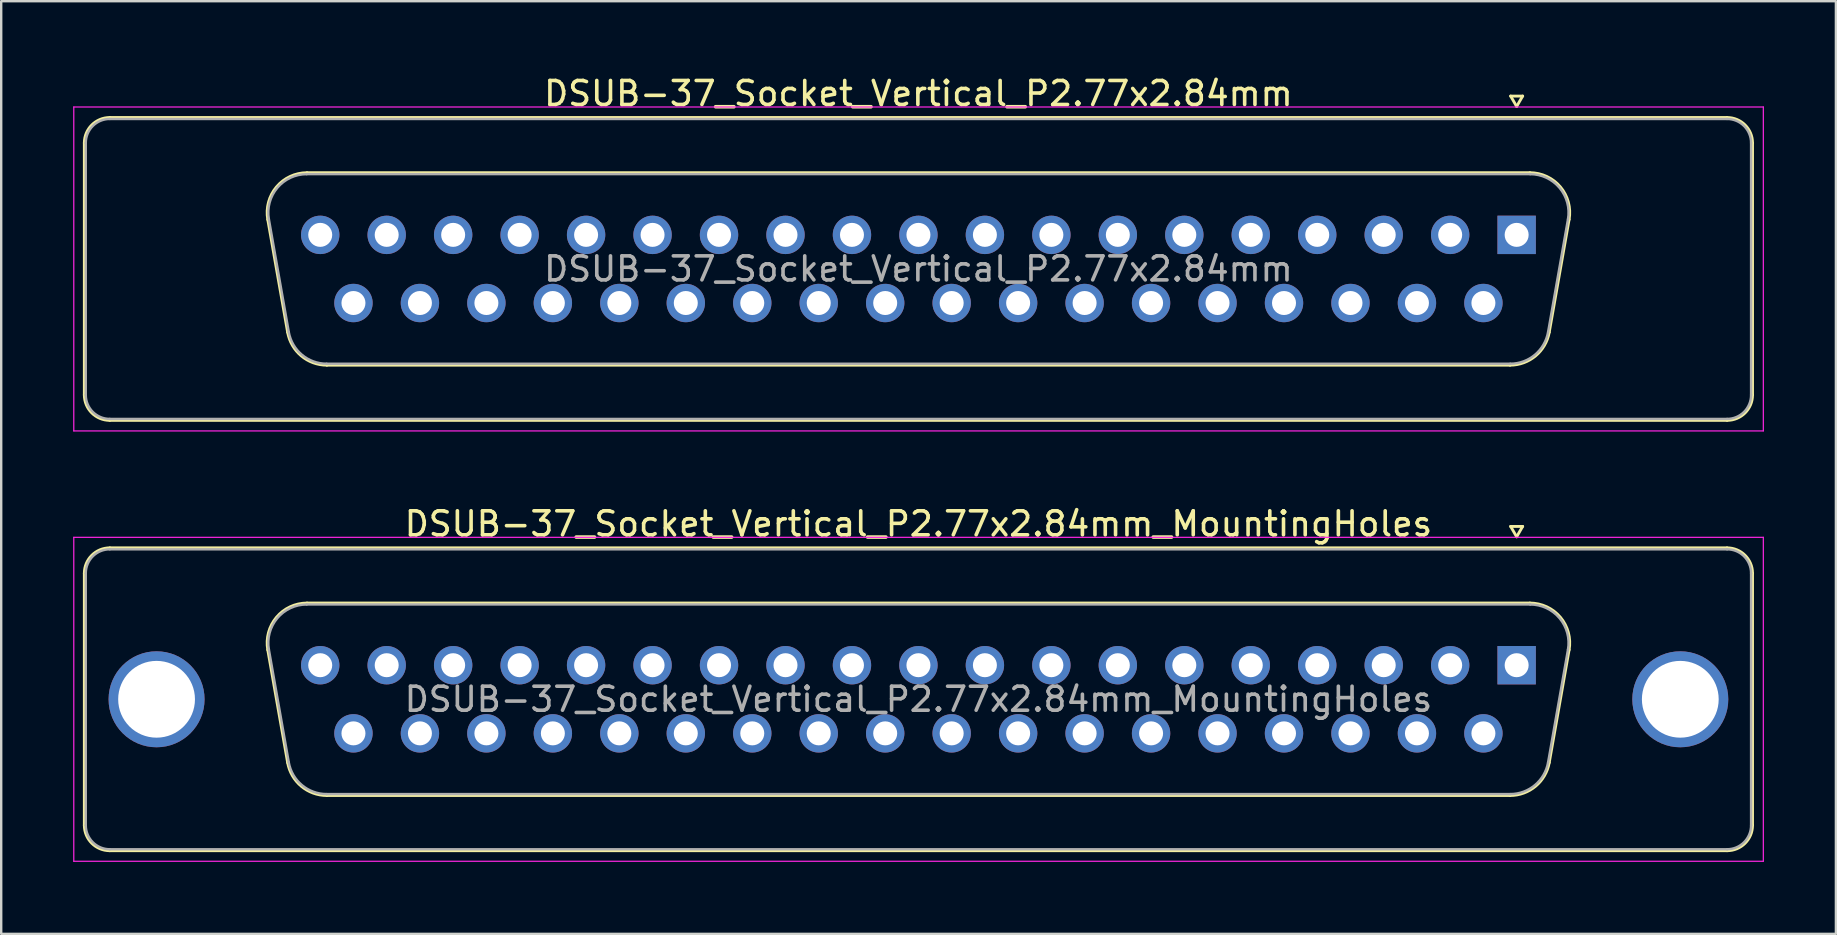
<source format=kicad_pcb>
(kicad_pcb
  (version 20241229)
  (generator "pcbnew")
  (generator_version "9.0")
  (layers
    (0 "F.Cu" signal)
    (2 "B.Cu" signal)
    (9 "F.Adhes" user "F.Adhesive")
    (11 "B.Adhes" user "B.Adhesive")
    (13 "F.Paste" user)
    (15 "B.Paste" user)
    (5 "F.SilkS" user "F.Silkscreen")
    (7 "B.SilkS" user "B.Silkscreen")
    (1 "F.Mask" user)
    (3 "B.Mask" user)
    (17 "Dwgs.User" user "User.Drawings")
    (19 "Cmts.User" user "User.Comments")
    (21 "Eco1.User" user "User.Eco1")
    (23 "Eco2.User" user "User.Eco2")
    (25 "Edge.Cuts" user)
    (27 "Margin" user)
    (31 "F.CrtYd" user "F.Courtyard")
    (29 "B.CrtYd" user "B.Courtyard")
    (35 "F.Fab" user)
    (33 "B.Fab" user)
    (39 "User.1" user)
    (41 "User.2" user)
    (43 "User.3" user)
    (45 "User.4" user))
  (footprint "DSUB-37_Socket_Vertical_P2.77x2.84mm"
    (layer "F.Cu")
    (at 60.155 6.738)
    (property "Reference" "DSUB-37_Socket_Vertical_P2.77x2.84mm" (at -24.93 -5.89 0) (layer "F.SilkS") (effects (font (size 1 1) (thickness 0.15))))
    (attr through_hole)
    (fp_line (start -59.69 6.67) (end -59.69 -3.83) (stroke (width 0.12) (type solid)) (layer "F.SilkS"))
    (fp_line (start -58.63 -4.89) (end 8.77 -4.89) (stroke (width 0.12) (type solid)) (layer "F.SilkS"))
    (fp_line (start -52.046 -0.642) (end -51.218 4.058) (stroke (width 0.12) (type solid)) (layer "F.SilkS"))
    (fp_line (start -50.412 -2.59) (end 0.552 -2.59) (stroke (width 0.12) (type solid)) (layer "F.SilkS"))
    (fp_line (start -49.583 5.43) (end -0.277 5.43) (stroke (width 0.12) (type solid)) (layer "F.SilkS"))
    (fp_line (start -0.25 -5.784) (end 0.25 -5.784) (stroke (width 0.12) (type solid)) (layer "F.SilkS"))
    (fp_line (start 0 -5.351) (end -0.25 -5.784) (stroke (width 0.12) (type solid)) (layer "F.SilkS"))
    (fp_line (start 0.25 -5.784) (end 0 -5.351) (stroke (width 0.12) (type solid)) (layer "F.SilkS"))
    (fp_line (start 2.186 -0.642) (end 1.358 4.058) (stroke (width 0.12) (type solid)) (layer "F.SilkS"))
    (fp_line (start 8.77 7.73) (end -58.63 7.73) (stroke (width 0.12) (type solid)) (layer "F.SilkS"))
    (fp_line (start 9.83 -3.83) (end 9.83 6.67) (stroke (width 0.12) (type solid)) (layer "F.SilkS"))
    (fp_arc (start -59.69 -3.83) (mid -59.379533 -4.579533) (end -58.63 -4.89) (stroke (width 0.12) (type solid)) (layer "F.SilkS"))
    (fp_arc (start -58.63 7.73) (mid -59.379533 7.419533) (end -59.69 6.67) (stroke (width 0.12) (type solid)) (layer "F.SilkS"))
    (fp_arc (start -52.04647 -0.641744) (mid -51.683323 -1.997027) (end -50.411689 -2.59) (stroke (width 0.12) (type solid)) (layer "F.SilkS"))
    (fp_arc (start -49.582952 5.43) (mid -50.64998 5.041634) (end -51.217733 4.058256) (stroke (width 0.12) (type solid)) (layer "F.SilkS"))
    (fp_arc (start 0.551689 -2.59) (mid 1.823323 -1.997027) (end 2.18647 -0.641744) (stroke (width 0.12) (type solid)) (layer "F.SilkS"))
    (fp_arc (start 1.357733 4.058256) (mid 0.78998 5.041634) (end -0.277048 5.43) (stroke (width 0.12) (type solid)) (layer "F.SilkS"))
    (fp_arc (start 8.77 -4.89) (mid 9.519533 -4.579533) (end 9.83 -3.83) (stroke (width 0.12) (type solid)) (layer "F.SilkS"))
    (fp_arc (start 9.83 6.67) (mid 9.519533 7.419533) (end 8.77 7.73) (stroke (width 0.12) (type solid)) (layer "F.SilkS"))
    (fp_line (start -60.13 -5.33) (end -60.13 8.17) (stroke (width 0.05) (type solid)) (layer "F.CrtYd"))
    (fp_line (start -60.13 8.17) (end 10.28 8.17) (stroke (width 0.05) (type solid)) (layer "F.CrtYd"))
    (fp_line (start 10.28 -5.33) (end -60.13 -5.33) (stroke (width 0.05) (type solid)) (layer "F.CrtYd"))
    (fp_line (start 10.28 8.17) (end 10.28 -5.33) (stroke (width 0.05) (type solid)) (layer "F.CrtYd"))
    (fp_line (start -59.63 6.67) (end -59.63 -3.83) (stroke (width 0.1) (type solid)) (layer "F.Fab"))
    (fp_line (start -58.63 -4.83) (end 8.77 -4.83) (stroke (width 0.1) (type solid)) (layer "F.Fab"))
    (fp_line (start -51.999 -0.652) (end -51.17 4.048) (stroke (width 0.1) (type solid)) (layer "F.Fab"))
    (fp_line (start -50.423 -2.53) (end 0.563 -2.53) (stroke (width 0.1) (type solid)) (layer "F.Fab"))
    (fp_line (start -49.594 5.37) (end -0.266 5.37) (stroke (width 0.1) (type solid)) (layer "F.Fab"))
    (fp_line (start 2.139 -0.652) (end 1.31 4.048) (stroke (width 0.1) (type solid)) (layer "F.Fab"))
    (fp_line (start 8.77 7.67) (end -58.63 7.67) (stroke (width 0.1) (type solid)) (layer "F.Fab"))
    (fp_line (start 9.77 -3.83) (end 9.77 6.67) (stroke (width 0.1) (type solid)) (layer "F.Fab"))
    (fp_arc (start -59.63 -3.83) (mid -59.337107 -4.537107) (end -58.63 -4.83) (stroke (width 0.1) (type solid)) (layer "F.Fab"))
    (fp_arc (start -58.63 7.67) (mid -59.337107 7.377107) (end -59.63 6.67) (stroke (width 0.1) (type solid)) (layer "F.Fab"))
    (fp_arc (start -51.998887 -0.652163) (mid -51.648865 -1.95846) (end -50.423194 -2.53) (stroke (width 0.1) (type solid)) (layer "F.Fab"))
    (fp_arc (start -49.594457 5.37) (mid -50.622918 4.995671) (end -51.17015 4.047837) (stroke (width 0.1) (type solid)) (layer "F.Fab"))
    (fp_arc (start 0.563194 -2.53) (mid 1.788865 -1.95846) (end 2.138887 -0.652163) (stroke (width 0.1) (type solid)) (layer "F.Fab"))
    (fp_arc (start 1.31015 4.047837) (mid 0.762918 4.995671) (end -0.265543 5.37) (stroke (width 0.1) (type solid)) (layer "F.Fab"))
    (fp_arc (start 8.77 -4.83) (mid 9.477107 -4.537107) (end 9.77 -3.83) (stroke (width 0.1) (type solid)) (layer "F.Fab"))
    (fp_arc (start 9.77 6.67) (mid 9.477107 7.377107) (end 8.77 7.67) (stroke (width 0.1) (type solid)) (layer "F.Fab"))
    (fp_text user "${REFERENCE}" (at -24.93 1.42 0) (layer "F.Fab") (effects (font (size 1 1) (thickness 0.15))))
    (pad "1" thru_hole rect (at 0 0) (size 1.6 1.6) (drill 1) (layers "*.Cu" "*.Mask"))
    (pad "2" thru_hole circle (at -2.77 0) (size 1.6 1.6) (drill 1) (layers "*.Cu" "*.Mask"))
    (pad "3" thru_hole circle (at -5.54 0) (size 1.6 1.6) (drill 1) (layers "*.Cu" "*.Mask"))
    (pad "4" thru_hole circle (at -8.31 0) (size 1.6 1.6) (drill 1) (layers "*.Cu" "*.Mask"))
    (pad "5" thru_hole circle (at -11.08 0) (size 1.6 1.6) (drill 1) (layers "*.Cu" "*.Mask"))
    (pad "6" thru_hole circle (at -13.85 0) (size 1.6 1.6) (drill 1) (layers "*.Cu" "*.Mask"))
    (pad "7" thru_hole circle (at -16.62 0) (size 1.6 1.6) (drill 1) (layers "*.Cu" "*.Mask"))
    (pad "8" thru_hole circle (at -19.39 0) (size 1.6 1.6) (drill 1) (layers "*.Cu" "*.Mask"))
    (pad "9" thru_hole circle (at -22.16 0) (size 1.6 1.6) (drill 1) (layers "*.Cu" "*.Mask"))
    (pad "10" thru_hole circle (at -24.93 0) (size 1.6 1.6) (drill 1) (layers "*.Cu" "*.Mask"))
    (pad "11" thru_hole circle (at -27.7 0) (size 1.6 1.6) (drill 1) (layers "*.Cu" "*.Mask"))
    (pad "12" thru_hole circle (at -30.47 0) (size 1.6 1.6) (drill 1) (layers "*.Cu" "*.Mask"))
    (pad "13" thru_hole circle (at -33.24 0) (size 1.6 1.6) (drill 1) (layers "*.Cu" "*.Mask"))
    (pad "14" thru_hole circle (at -36.01 0) (size 1.6 1.6) (drill 1) (layers "*.Cu" "*.Mask"))
    (pad "15" thru_hole circle (at -38.78 0) (size 1.6 1.6) (drill 1) (layers "*.Cu" "*.Mask"))
    (pad "16" thru_hole circle (at -41.55 0) (size 1.6 1.6) (drill 1) (layers "*.Cu" "*.Mask"))
    (pad "17" thru_hole circle (at -44.32 0) (size 1.6 1.6) (drill 1) (layers "*.Cu" "*.Mask"))
    (pad "18" thru_hole circle (at -47.09 0) (size 1.6 1.6) (drill 1) (layers "*.Cu" "*.Mask"))
    (pad "19" thru_hole circle (at -49.86 0) (size 1.6 1.6) (drill 1) (layers "*.Cu" "*.Mask"))
    (pad "20" thru_hole circle (at -1.385 2.84) (size 1.6 1.6) (drill 1) (layers "*.Cu" "*.Mask"))
    (pad "21" thru_hole circle (at -4.155 2.84) (size 1.6 1.6) (drill 1) (layers "*.Cu" "*.Mask"))
    (pad "22" thru_hole circle (at -6.925 2.84) (size 1.6 1.6) (drill 1) (layers "*.Cu" "*.Mask"))
    (pad "23" thru_hole circle (at -9.695 2.84) (size 1.6 1.6) (drill 1) (layers "*.Cu" "*.Mask"))
    (pad "24" thru_hole circle (at -12.465 2.84) (size 1.6 1.6) (drill 1) (layers "*.Cu" "*.Mask"))
    (pad "25" thru_hole circle (at -15.235 2.84) (size 1.6 1.6) (drill 1) (layers "*.Cu" "*.Mask"))
    (pad "26" thru_hole circle (at -18.005 2.84) (size 1.6 1.6) (drill 1) (layers "*.Cu" "*.Mask"))
    (pad "27" thru_hole circle (at -20.775 2.84) (size 1.6 1.6) (drill 1) (layers "*.Cu" "*.Mask"))
    (pad "28" thru_hole circle (at -23.545 2.84) (size 1.6 1.6) (drill 1) (layers "*.Cu" "*.Mask"))
    (pad "29" thru_hole circle (at -26.315 2.84) (size 1.6 1.6) (drill 1) (layers "*.Cu" "*.Mask"))
    (pad "30" thru_hole circle (at -29.085 2.84) (size 1.6 1.6) (drill 1) (layers "*.Cu" "*.Mask"))
    (pad "31" thru_hole circle (at -31.855 2.84) (size 1.6 1.6) (drill 1) (layers "*.Cu" "*.Mask"))
    (pad "32" thru_hole circle (at -34.625 2.84) (size 1.6 1.6) (drill 1) (layers "*.Cu" "*.Mask"))
    (pad "33" thru_hole circle (at -37.395 2.84) (size 1.6 1.6) (drill 1) (layers "*.Cu" "*.Mask"))
    (pad "34" thru_hole circle (at -40.165 2.84) (size 1.6 1.6) (drill 1) (layers "*.Cu" "*.Mask"))
    (pad "35" thru_hole circle (at -42.935 2.84) (size 1.6 1.6) (drill 1) (layers "*.Cu" "*.Mask"))
    (pad "36" thru_hole circle (at -45.705 2.84) (size 1.6 1.6) (drill 1) (layers "*.Cu" "*.Mask"))
    (pad "37" thru_hole circle (at -48.475 2.84) (size 1.6 1.6) (drill 1) (layers "*.Cu" "*.Mask")))
  (footprint "DSUB-37_Socket_Vertical_P2.77x2.84mm_MountingHoles"
    (layer "F.Cu")
    (at 60.155 24.672)
    (property "Reference" "DSUB-37_Socket_Vertical_P2.77x2.84mm_MountingHoles" (at -24.93 -5.89 0) (layer "F.SilkS") (effects (font (size 1 1) (thickness 0.15))))
    (attr through_hole)
    (fp_line (start -59.69 6.67) (end -59.69 -3.83) (stroke (width 0.12) (type solid)) (layer "F.SilkS"))
    (fp_line (start -58.63 -4.89) (end 8.77 -4.89) (stroke (width 0.12) (type solid)) (layer "F.SilkS"))
    (fp_line (start -52.046 -0.642) (end -51.218 4.058) (stroke (width 0.12) (type solid)) (layer "F.SilkS"))
    (fp_line (start -50.412 -2.59) (end 0.552 -2.59) (stroke (width 0.12) (type solid)) (layer "F.SilkS"))
    (fp_line (start -49.583 5.43) (end -0.277 5.43) (stroke (width 0.12) (type solid)) (layer "F.SilkS"))
    (fp_line (start -0.25 -5.784) (end 0.25 -5.784) (stroke (width 0.12) (type solid)) (layer "F.SilkS"))
    (fp_line (start 0 -5.351) (end -0.25 -5.784) (stroke (width 0.12) (type solid)) (layer "F.SilkS"))
    (fp_line (start 0.25 -5.784) (end 0 -5.351) (stroke (width 0.12) (type solid)) (layer "F.SilkS"))
    (fp_line (start 2.186 -0.642) (end 1.358 4.058) (stroke (width 0.12) (type solid)) (layer "F.SilkS"))
    (fp_line (start 8.77 7.73) (end -58.63 7.73) (stroke (width 0.12) (type solid)) (layer "F.SilkS"))
    (fp_line (start 9.83 -3.83) (end 9.83 6.67) (stroke (width 0.12) (type solid)) (layer "F.SilkS"))
    (fp_arc (start -59.69 -3.83) (mid -59.379533 -4.579533) (end -58.63 -4.89) (stroke (width 0.12) (type solid)) (layer "F.SilkS"))
    (fp_arc (start -58.63 7.73) (mid -59.379533 7.419533) (end -59.69 6.67) (stroke (width 0.12) (type solid)) (layer "F.SilkS"))
    (fp_arc (start -52.04647 -0.641744) (mid -51.683323 -1.997027) (end -50.411689 -2.59) (stroke (width 0.12) (type solid)) (layer "F.SilkS"))
    (fp_arc (start -49.582952 5.43) (mid -50.64998 5.041634) (end -51.217733 4.058256) (stroke (width 0.12) (type solid)) (layer "F.SilkS"))
    (fp_arc (start 0.551689 -2.59) (mid 1.823323 -1.997027) (end 2.18647 -0.641744) (stroke (width 0.12) (type solid)) (layer "F.SilkS"))
    (fp_arc (start 1.357733 4.058256) (mid 0.78998 5.041634) (end -0.277048 5.43) (stroke (width 0.12) (type solid)) (layer "F.SilkS"))
    (fp_arc (start 8.77 -4.89) (mid 9.519533 -4.579533) (end 9.83 -3.83) (stroke (width 0.12) (type solid)) (layer "F.SilkS"))
    (fp_arc (start 9.83 6.67) (mid 9.519533 7.419533) (end 8.77 7.73) (stroke (width 0.12) (type solid)) (layer "F.SilkS"))
    (fp_line (start -60.13 -5.33) (end -60.13 8.17) (stroke (width 0.05) (type solid)) (layer "F.CrtYd"))
    (fp_line (start -60.13 8.17) (end 10.28 8.17) (stroke (width 0.05) (type solid)) (layer "F.CrtYd"))
    (fp_line (start 10.28 -5.33) (end -60.13 -5.33) (stroke (width 0.05) (type solid)) (layer "F.CrtYd"))
    (fp_line (start 10.28 8.17) (end 10.28 -5.33) (stroke (width 0.05) (type solid)) (layer "F.CrtYd"))
    (fp_line (start -59.63 6.67) (end -59.63 -3.83) (stroke (width 0.1) (type solid)) (layer "F.Fab"))
    (fp_line (start -58.63 -4.83) (end 8.77 -4.83) (stroke (width 0.1) (type solid)) (layer "F.Fab"))
    (fp_line (start -51.999 -0.652) (end -51.17 4.048) (stroke (width 0.1) (type solid)) (layer "F.Fab"))
    (fp_line (start -50.423 -2.53) (end 0.563 -2.53) (stroke (width 0.1) (type solid)) (layer "F.Fab"))
    (fp_line (start -49.594 5.37) (end -0.266 5.37) (stroke (width 0.1) (type solid)) (layer "F.Fab"))
    (fp_line (start 2.139 -0.652) (end 1.31 4.048) (stroke (width 0.1) (type solid)) (layer "F.Fab"))
    (fp_line (start 8.77 7.67) (end -58.63 7.67) (stroke (width 0.1) (type solid)) (layer "F.Fab"))
    (fp_line (start 9.77 -3.83) (end 9.77 6.67) (stroke (width 0.1) (type solid)) (layer "F.Fab"))
    (fp_arc (start -59.63 -3.83) (mid -59.337107 -4.537107) (end -58.63 -4.83) (stroke (width 0.1) (type solid)) (layer "F.Fab"))
    (fp_arc (start -58.63 7.67) (mid -59.337107 7.377107) (end -59.63 6.67) (stroke (width 0.1) (type solid)) (layer "F.Fab"))
    (fp_arc (start -51.998887 -0.652163) (mid -51.648865 -1.95846) (end -50.423194 -2.53) (stroke (width 0.1) (type solid)) (layer "F.Fab"))
    (fp_arc (start -49.594457 5.37) (mid -50.622918 4.995671) (end -51.17015 4.047837) (stroke (width 0.1) (type solid)) (layer "F.Fab"))
    (fp_arc (start 0.563194 -2.53) (mid 1.788865 -1.95846) (end 2.138887 -0.652163) (stroke (width 0.1) (type solid)) (layer "F.Fab"))
    (fp_arc (start 1.31015 4.047837) (mid 0.762918 4.995671) (end -0.265543 5.37) (stroke (width 0.1) (type solid)) (layer "F.Fab"))
    (fp_arc (start 8.77 -4.83) (mid 9.477107 -4.537107) (end 9.77 -3.83) (stroke (width 0.1) (type solid)) (layer "F.Fab"))
    (fp_arc (start 9.77 6.67) (mid 9.477107 7.377107) (end 8.77 7.67) (stroke (width 0.1) (type solid)) (layer "F.Fab"))
    (fp_text user "${REFERENCE}" (at -24.93 1.42 0) (layer "F.Fab") (effects (font (size 1 1) (thickness 0.15))))
    (pad "0" thru_hole circle (at -56.68 1.42) (size 4 4) (drill 3.2) (layers "*.Cu" "*.Mask"))
    (pad "0" thru_hole circle (at 6.82 1.42) (size 4 4) (drill 3.2) (layers "*.Cu" "*.Mask"))
    (pad "1" thru_hole rect (at 0 0) (size 1.6 1.6) (drill 1) (layers "*.Cu" "*.Mask"))
    (pad "2" thru_hole circle (at -2.77 0) (size 1.6 1.6) (drill 1) (layers "*.Cu" "*.Mask"))
    (pad "3" thru_hole circle (at -5.54 0) (size 1.6 1.6) (drill 1) (layers "*.Cu" "*.Mask"))
    (pad "4" thru_hole circle (at -8.31 0) (size 1.6 1.6) (drill 1) (layers "*.Cu" "*.Mask"))
    (pad "5" thru_hole circle (at -11.08 0) (size 1.6 1.6) (drill 1) (layers "*.Cu" "*.Mask"))
    (pad "6" thru_hole circle (at -13.85 0) (size 1.6 1.6) (drill 1) (layers "*.Cu" "*.Mask"))
    (pad "7" thru_hole circle (at -16.62 0) (size 1.6 1.6) (drill 1) (layers "*.Cu" "*.Mask"))
    (pad "8" thru_hole circle (at -19.39 0) (size 1.6 1.6) (drill 1) (layers "*.Cu" "*.Mask"))
    (pad "9" thru_hole circle (at -22.16 0) (size 1.6 1.6) (drill 1) (layers "*.Cu" "*.Mask"))
    (pad "10" thru_hole circle (at -24.93 0) (size 1.6 1.6) (drill 1) (layers "*.Cu" "*.Mask"))
    (pad "11" thru_hole circle (at -27.7 0) (size 1.6 1.6) (drill 1) (layers "*.Cu" "*.Mask"))
    (pad "12" thru_hole circle (at -30.47 0) (size 1.6 1.6) (drill 1) (layers "*.Cu" "*.Mask"))
    (pad "13" thru_hole circle (at -33.24 0) (size 1.6 1.6) (drill 1) (layers "*.Cu" "*.Mask"))
    (pad "14" thru_hole circle (at -36.01 0) (size 1.6 1.6) (drill 1) (layers "*.Cu" "*.Mask"))
    (pad "15" thru_hole circle (at -38.78 0) (size 1.6 1.6) (drill 1) (layers "*.Cu" "*.Mask"))
    (pad "16" thru_hole circle (at -41.55 0) (size 1.6 1.6) (drill 1) (layers "*.Cu" "*.Mask"))
    (pad "17" thru_hole circle (at -44.32 0) (size 1.6 1.6) (drill 1) (layers "*.Cu" "*.Mask"))
    (pad "18" thru_hole circle (at -47.09 0) (size 1.6 1.6) (drill 1) (layers "*.Cu" "*.Mask"))
    (pad "19" thru_hole circle (at -49.86 0) (size 1.6 1.6) (drill 1) (layers "*.Cu" "*.Mask"))
    (pad "20" thru_hole circle (at -1.385 2.84) (size 1.6 1.6) (drill 1) (layers "*.Cu" "*.Mask"))
    (pad "21" thru_hole circle (at -4.155 2.84) (size 1.6 1.6) (drill 1) (layers "*.Cu" "*.Mask"))
    (pad "22" thru_hole circle (at -6.925 2.84) (size 1.6 1.6) (drill 1) (layers "*.Cu" "*.Mask"))
    (pad "23" thru_hole circle (at -9.695 2.84) (size 1.6 1.6) (drill 1) (layers "*.Cu" "*.Mask"))
    (pad "24" thru_hole circle (at -12.465 2.84) (size 1.6 1.6) (drill 1) (layers "*.Cu" "*.Mask"))
    (pad "25" thru_hole circle (at -15.235 2.84) (size 1.6 1.6) (drill 1) (layers "*.Cu" "*.Mask"))
    (pad "26" thru_hole circle (at -18.005 2.84) (size 1.6 1.6) (drill 1) (layers "*.Cu" "*.Mask"))
    (pad "27" thru_hole circle (at -20.775 2.84) (size 1.6 1.6) (drill 1) (layers "*.Cu" "*.Mask"))
    (pad "28" thru_hole circle (at -23.545 2.84) (size 1.6 1.6) (drill 1) (layers "*.Cu" "*.Mask"))
    (pad "29" thru_hole circle (at -26.315 2.84) (size 1.6 1.6) (drill 1) (layers "*.Cu" "*.Mask"))
    (pad "30" thru_hole circle (at -29.085 2.84) (size 1.6 1.6) (drill 1) (layers "*.Cu" "*.Mask"))
    (pad "31" thru_hole circle (at -31.855 2.84) (size 1.6 1.6) (drill 1) (layers "*.Cu" "*.Mask"))
    (pad "32" thru_hole circle (at -34.625 2.84) (size 1.6 1.6) (drill 1) (layers "*.Cu" "*.Mask"))
    (pad "33" thru_hole circle (at -37.395 2.84) (size 1.6 1.6) (drill 1) (layers "*.Cu" "*.Mask"))
    (pad "34" thru_hole circle (at -40.165 2.84) (size 1.6 1.6) (drill 1) (layers "*.Cu" "*.Mask"))
    (pad "35" thru_hole circle (at -42.935 2.84) (size 1.6 1.6) (drill 1) (layers "*.Cu" "*.Mask"))
    (pad "36" thru_hole circle (at -45.705 2.84) (size 1.6 1.6) (drill 1) (layers "*.Cu" "*.Mask"))
    (pad "37" thru_hole circle (at -48.475 2.84) (size 1.6 1.6) (drill 1) (layers "*.Cu" "*.Mask")))
  (gr_rect
    (start -3 -3)
    (end 73.46 35.867)
    (stroke (width 0.1) (type default))
    (fill no)
    (layer "Edge.Cuts")))
</source>
